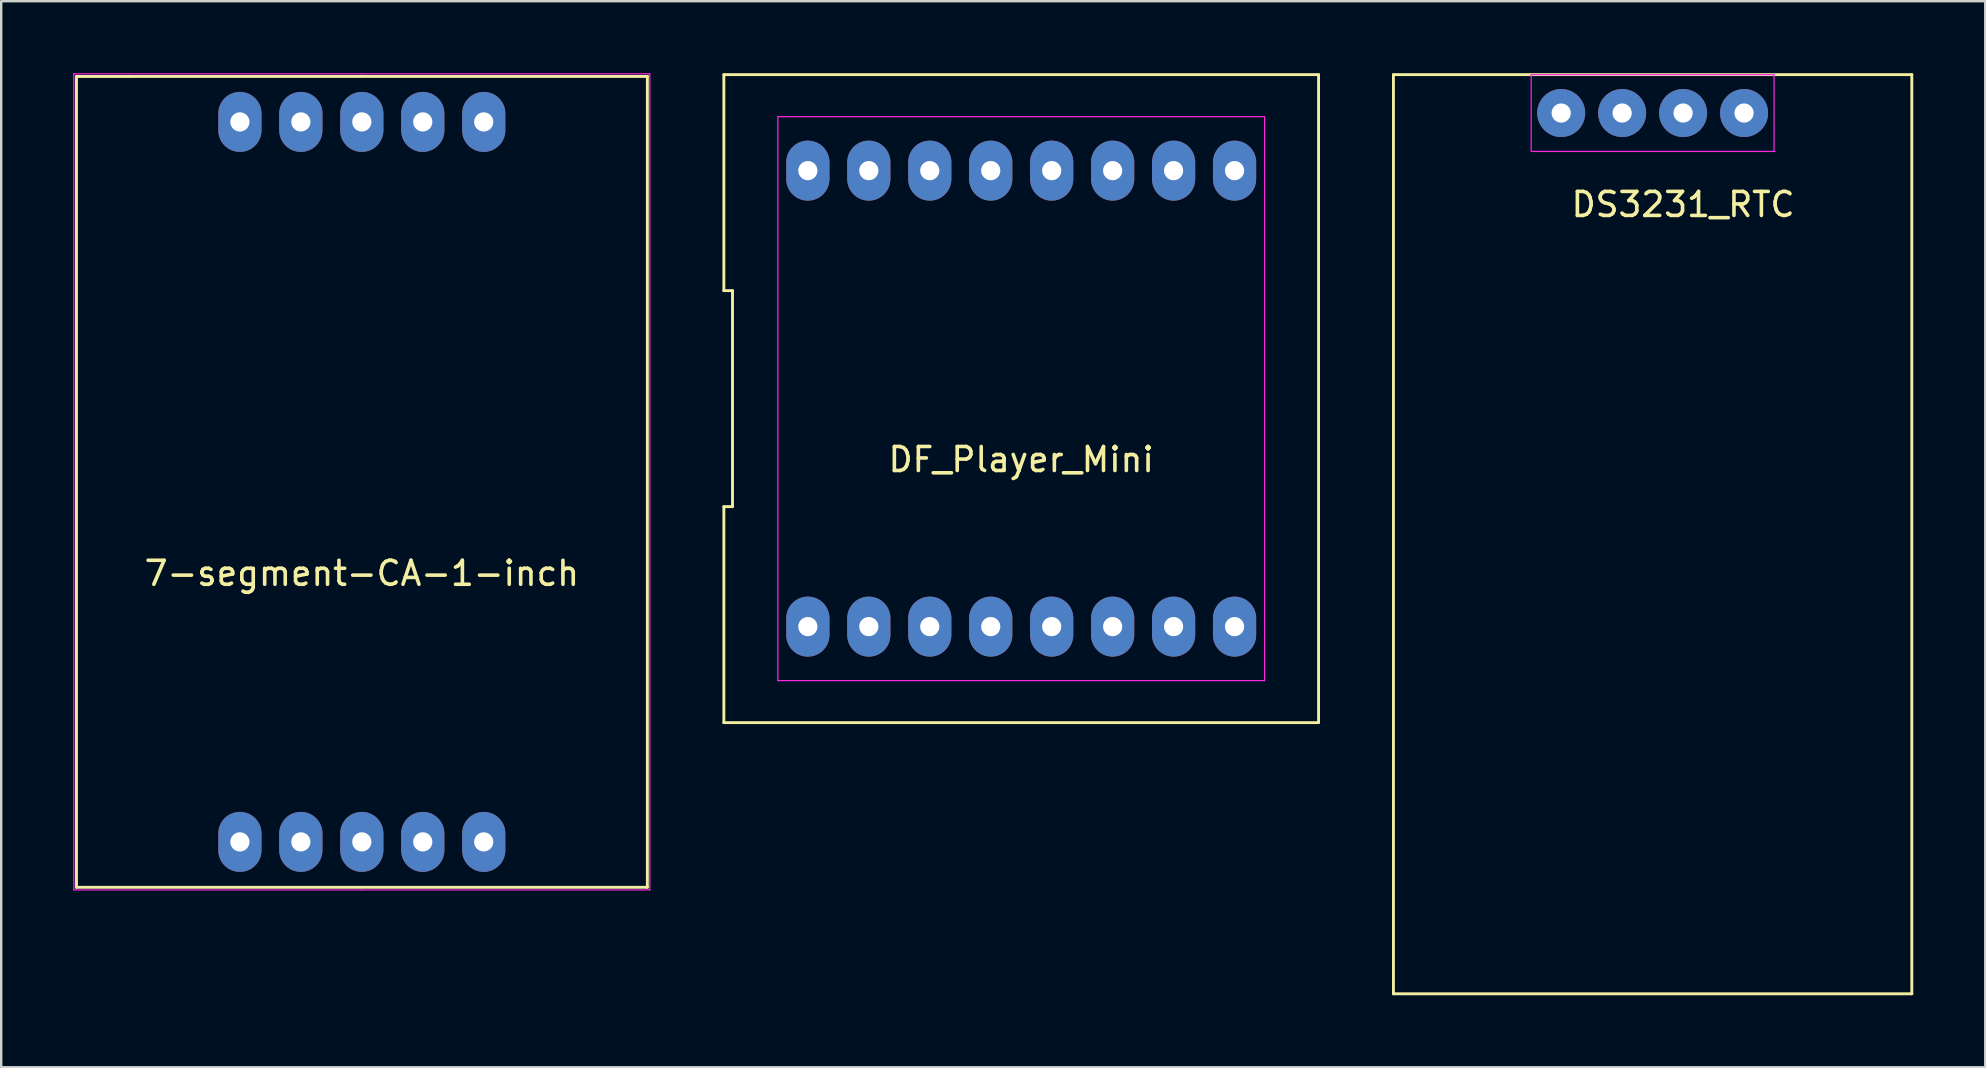
<source format=kicad_pcb>
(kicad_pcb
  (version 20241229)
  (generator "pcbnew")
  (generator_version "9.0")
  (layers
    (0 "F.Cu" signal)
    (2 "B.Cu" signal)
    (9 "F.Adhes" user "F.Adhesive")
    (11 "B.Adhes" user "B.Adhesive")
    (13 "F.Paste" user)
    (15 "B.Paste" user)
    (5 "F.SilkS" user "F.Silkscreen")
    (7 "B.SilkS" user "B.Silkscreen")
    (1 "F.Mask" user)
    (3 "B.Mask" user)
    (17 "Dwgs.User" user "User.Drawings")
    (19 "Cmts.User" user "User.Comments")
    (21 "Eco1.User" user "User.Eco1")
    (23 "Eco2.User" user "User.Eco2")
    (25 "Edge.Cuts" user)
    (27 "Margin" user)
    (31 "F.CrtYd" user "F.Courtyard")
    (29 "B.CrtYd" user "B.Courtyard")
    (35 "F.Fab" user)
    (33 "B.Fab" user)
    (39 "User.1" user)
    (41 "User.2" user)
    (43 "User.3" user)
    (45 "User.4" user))
  (footprint "7-segment-CA-1-inch"
    (layer "F.Cu")
    (at 12.026 17.03)
    (property "Reference" "7-segment-CA-1-inch" (at 0 3.81 0) (layer "F.SilkS") (effects (font (size 1 1) (thickness 0.15))))
    (attr through_hole)
    (fp_line (start -11.889 -16.894) (end 11.897 -16.895) (stroke (width 0.12) (type solid)) (layer "F.SilkS"))
    (fp_line (start -11.889 16.892) (end -11.889 -16.894) (stroke (width 0.12) (type solid)) (layer "F.SilkS"))
    (fp_line (start 11.898 -16.895) (end 11.897 -16.895) (stroke (width 0.12) (type solid)) (layer "F.SilkS"))
    (fp_line (start 11.898 16.892) (end -11.889 16.892) (stroke (width 0.12) (type solid)) (layer "F.SilkS"))
    (fp_line (start 11.898 16.892) (end 11.898 -16.895) (stroke (width 0.12) (type solid)) (layer "F.SilkS"))
    (fp_line (start -12 17.003) (end -12.001 -17.005) (stroke (width 0.05) (type solid)) (layer "F.CrtYd"))
    (fp_line (start -0.001 -17.005) (end -12.001 -17.005) (stroke (width 0.05) (type solid)) (layer "F.CrtYd"))
    (fp_line (start -0.001 -17.005) (end 12.001 -17.005) (stroke (width 0.05) (type solid)) (layer "F.CrtYd"))
    (fp_line (start 0.001 17.003) (end -12 17.003) (stroke (width 0.05) (type solid)) (layer "F.CrtYd"))
    (fp_line (start 12.001 -17.005) (end 12.001 17.003) (stroke (width 0.05) (type solid)) (layer "F.CrtYd"))
    (fp_line (start 12.001 17.003) (end 0.001 17.003) (stroke (width 0.05) (type solid)) (layer "F.CrtYd"))
    (pad "1" thru_hole oval (at 5.08 -15 180) (size 1.8 2.5) (drill 0.8) (layers "*.Cu" "*.Mask"))
    (pad "2" thru_hole oval (at 2.54 -15 180) (size 1.8 2.5) (drill 0.8) (layers "*.Cu" "*.Mask"))
    (pad "3" thru_hole oval (at 0 -15 180) (size 1.8 2.5) (drill 0.8) (layers "*.Cu" "*.Mask"))
    (pad "4" thru_hole oval (at -2.54 -15 180) (size 1.8 2.5) (drill 0.8) (layers "*.Cu" "*.Mask"))
    (pad "5" thru_hole oval (at -5.08 -15 180) (size 1.8 2.5) (drill 0.8) (layers "*.Cu" "*.Mask"))
    (pad "6" thru_hole oval (at -5.08 15 180) (size 1.8 2.5) (drill 0.8) (layers "*.Cu" "*.Mask"))
    (pad "7" thru_hole oval (at -2.54 15 180) (size 1.8 2.5) (drill 0.8) (layers "*.Cu" "*.Mask"))
    (pad "8" thru_hole oval (at 0 15 180) (size 1.8 2.5) (drill 0.8) (layers "*.Cu" "*.Mask"))
    (pad "9" thru_hole oval (at 2.54 15 180) (size 1.8 2.5) (drill 0.8) (layers "*.Cu" "*.Mask"))
    (pad "10" thru_hole oval (at 5.08 15 180) (size 1.8 2.5) (drill 0.8) (layers "*.Cu" "*.Mask")))
  (footprint "DF_Player_Mini"
    (layer "F.Cu")
    (at 34.422 13.56)
    (property "Reference" "DF_Player_Mini" (at 5.08 2.54 0) (layer "F.SilkS") (effects (font (size 1 1) (thickness 0.15))))
    (attr through_hole)
    (fp_line (start -7.31 -13.5) (end 17.47 -13.5) (stroke (width 0.12) (type solid)) (layer "F.SilkS"))
    (fp_line (start -7.31 -4.5) (end -7.31 -13.5) (stroke (width 0.12) (type solid)) (layer "F.SilkS"))
    (fp_line (start -7.31 4.5) (end -6.95 4.5) (stroke (width 0.12) (type solid)) (layer "F.SilkS"))
    (fp_line (start -7.31 13.5) (end -7.31 4.5) (stroke (width 0.12) (type solid)) (layer "F.SilkS"))
    (fp_line (start -6.95 -4.5) (end -7.31 -4.5) (stroke (width 0.12) (type solid)) (layer "F.SilkS"))
    (fp_line (start -6.95 4.5) (end -6.95 -4.5) (stroke (width 0.12) (type solid)) (layer "F.SilkS"))
    (fp_line (start 17.47 -13.5) (end 17.47 13.5) (stroke (width 0.12) (type solid)) (layer "F.SilkS"))
    (fp_line (start 17.47 13.5) (end -7.31 13.5) (stroke (width 0.12) (type solid)) (layer "F.SilkS"))
    (fp_line (start -5.06 -11.75) (end -5.06 11.75) (stroke (width 0.05) (type solid)) (layer "F.CrtYd"))
    (fp_line (start -5.06 11.75) (end 15.22 11.75) (stroke (width 0.05) (type solid)) (layer "F.CrtYd"))
    (fp_line (start 15.22 -11.75) (end -5.06 -11.75) (stroke (width 0.05) (type solid)) (layer "F.CrtYd"))
    (fp_line (start 15.22 11.75) (end 15.22 -11.75) (stroke (width 0.05) (type solid)) (layer "F.CrtYd"))
    (pad "1" thru_hole oval (at -3.81 9.5 180) (size 1.8 2.5) (drill 0.8) (layers "*.Cu" "*.Mask"))
    (pad "2" thru_hole oval (at -1.27 9.5 180) (size 1.8 2.5) (drill 0.8) (layers "*.Cu" "*.Mask"))
    (pad "3" thru_hole oval (at 1.27 9.5 180) (size 1.8 2.5) (drill 0.8) (layers "*.Cu" "*.Mask"))
    (pad "4" thru_hole oval (at 3.81 9.5 180) (size 1.8 2.5) (drill 0.8) (layers "*.Cu" "*.Mask"))
    (pad "5" thru_hole oval (at 6.35 9.5 180) (size 1.8 2.5) (drill 0.8) (layers "*.Cu" "*.Mask"))
    (pad "6" thru_hole oval (at 8.89 9.5 180) (size 1.8 2.5) (drill 0.8) (layers "*.Cu" "*.Mask"))
    (pad "7" thru_hole oval (at 11.43 9.5 180) (size 1.8 2.5) (drill 0.8) (layers "*.Cu" "*.Mask"))
    (pad "8" thru_hole oval (at 13.97 9.5 180) (size 1.8 2.5) (drill 0.8) (layers "*.Cu" "*.Mask"))
    (pad "9" thru_hole oval (at 13.97 -9.5 180) (size 1.8 2.5) (drill 0.8) (layers "*.Cu" "*.Mask"))
    (pad "10" thru_hole oval (at 11.43 -9.5 180) (size 1.8 2.5) (drill 0.8) (layers "*.Cu" "*.Mask"))
    (pad "11" thru_hole oval (at 8.89 -9.5 180) (size 1.8 2.5) (drill 0.8) (layers "*.Cu" "*.Mask"))
    (pad "12" thru_hole oval (at 6.35 -9.5 180) (size 1.8 2.5) (drill 0.8) (layers "*.Cu" "*.Mask"))
    (pad "13" thru_hole oval (at 3.81 -9.5 180) (size 1.8 2.5) (drill 0.8) (layers "*.Cu" "*.Mask"))
    (pad "14" thru_hole oval (at 1.27 -9.5 180) (size 1.8 2.5) (drill 0.8) (layers "*.Cu" "*.Mask"))
    (pad "15" thru_hole oval (at -1.27 -9.5 180) (size 1.8 2.5) (drill 0.8) (layers "*.Cu" "*.Mask"))
    (pad "16" thru_hole oval (at -3.81 -9.5 180) (size 1.8 2.5) (drill 0.8) (layers "*.Cu" "*.Mask")))
  (footprint "DS3231_RTC"
    (layer "F.Cu")
    (at 65.812 1.66)
    (property "Reference" "DS3231_RTC" (at 1.27 3.81 0) (layer "F.SilkS") (effects (font (size 1 1) (thickness 0.15))))
    (attr through_hole)
    (fp_line (start -10.8 -1.6) (end -10.8 36.7) (stroke (width 0.12) (type solid)) (layer "F.SilkS"))
    (fp_line (start -10.8 36.7) (end 10.8 36.7) (stroke (width 0.12) (type solid)) (layer "F.SilkS"))
    (fp_line (start 10.8 -1.6) (end -10.8 -1.6) (stroke (width 0.12) (type solid)) (layer "F.SilkS"))
    (fp_line (start 10.8 36.7) (end 10.8 -1.6) (stroke (width 0.12) (type solid)) (layer "F.SilkS"))
    (fp_line (start -5.06 -1.6) (end 5.06 -1.6) (stroke (width 0.05) (type solid)) (layer "F.CrtYd"))
    (fp_line (start -5.06 1.6) (end -5.06 -1.6) (stroke (width 0.05) (type solid)) (layer "F.CrtYd"))
    (fp_line (start 5.06 -1.6) (end 5.06 1.6) (stroke (width 0.05) (type solid)) (layer "F.CrtYd"))
    (fp_line (start 5.1 1.6) (end -5.02 1.6) (stroke (width 0.05) (type solid)) (layer "F.CrtYd"))
    (pad "1" thru_hole oval (at -3.81 0) (size 2 2) (drill 0.8) (layers "*.Cu" "*.Mask"))
    (pad "2" thru_hole oval (at -1.27 0) (size 2 2) (drill 0.8) (layers "*.Cu" "*.Mask"))
    (pad "3" thru_hole oval (at 1.27 0) (size 2 2) (drill 0.8) (layers "*.Cu" "*.Mask"))
    (pad "4" thru_hole oval (at 3.81 0) (size 2 2) (drill 0.8) (layers "*.Cu" "*.Mask")))
  (gr_rect
    (start -3 -3)
    (end 79.672 41.42)
    (stroke (width 0.1) (type default))
    (fill no)
    (layer "Edge.Cuts")))
</source>
